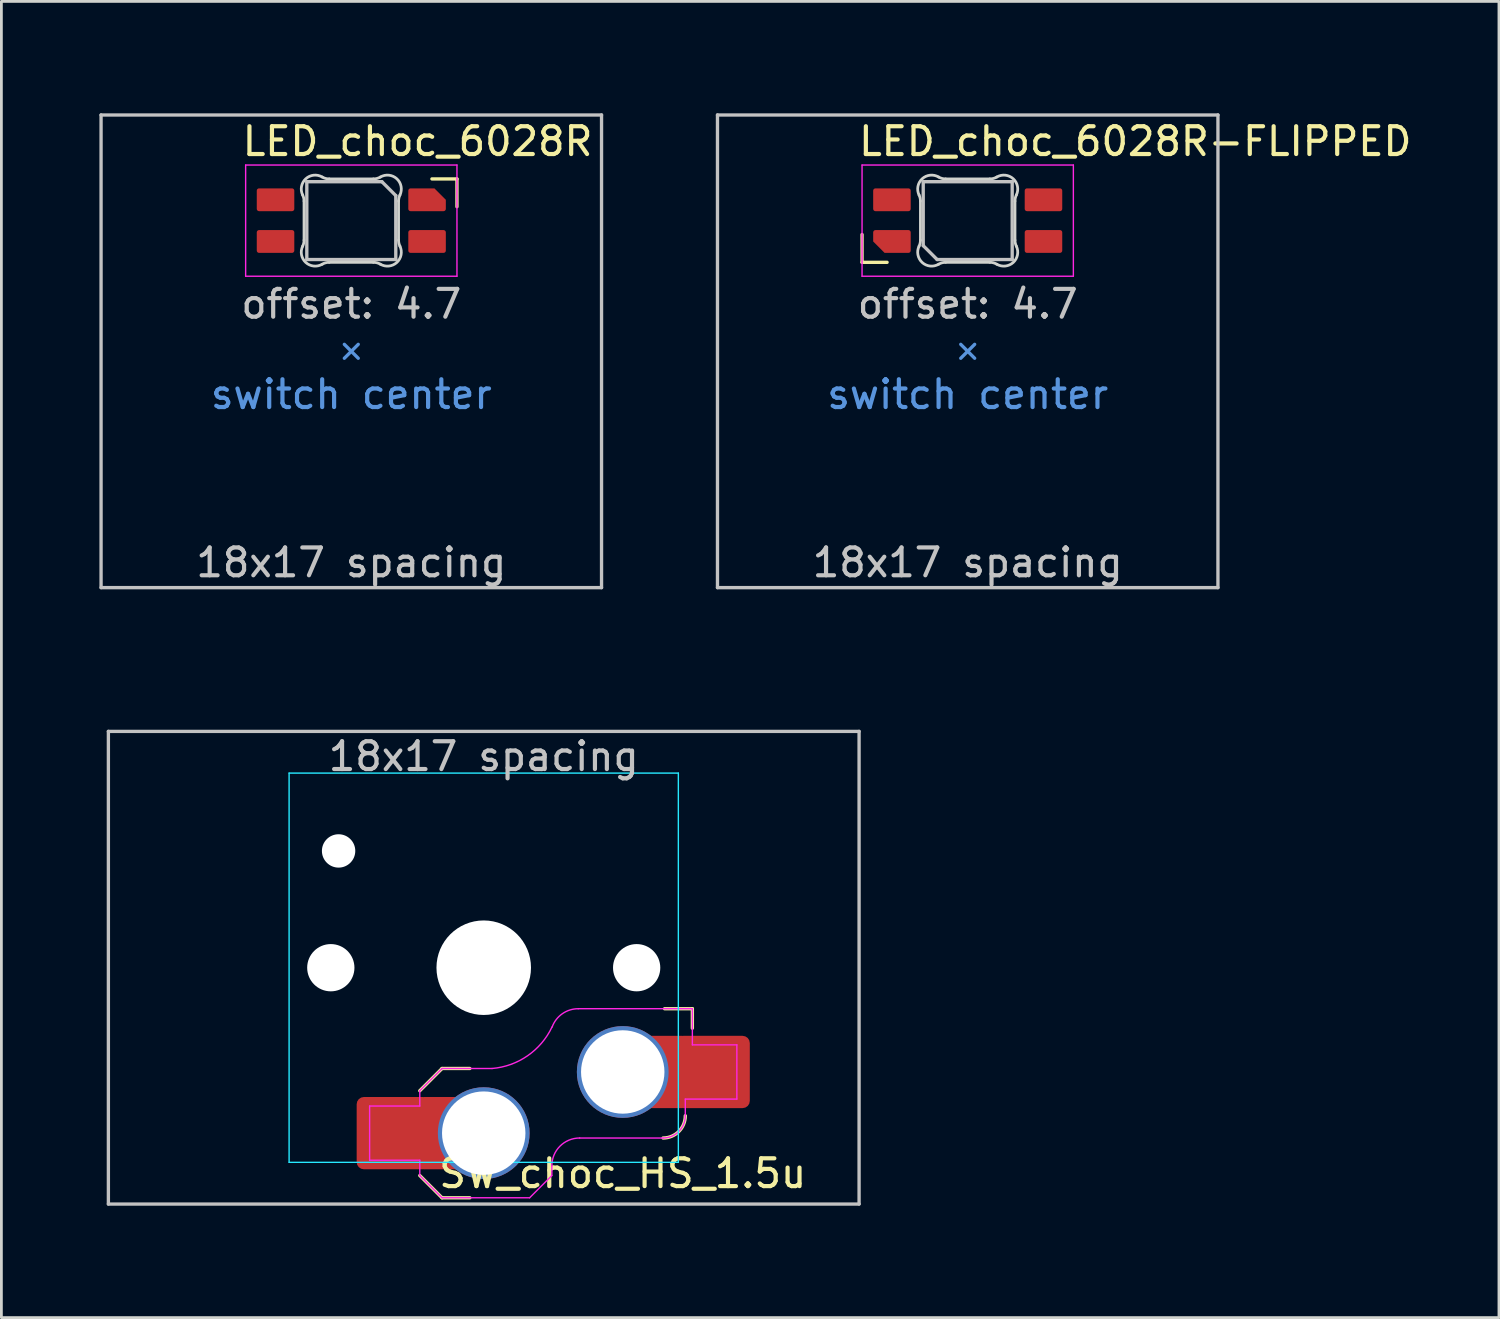
<source format=kicad_pcb>
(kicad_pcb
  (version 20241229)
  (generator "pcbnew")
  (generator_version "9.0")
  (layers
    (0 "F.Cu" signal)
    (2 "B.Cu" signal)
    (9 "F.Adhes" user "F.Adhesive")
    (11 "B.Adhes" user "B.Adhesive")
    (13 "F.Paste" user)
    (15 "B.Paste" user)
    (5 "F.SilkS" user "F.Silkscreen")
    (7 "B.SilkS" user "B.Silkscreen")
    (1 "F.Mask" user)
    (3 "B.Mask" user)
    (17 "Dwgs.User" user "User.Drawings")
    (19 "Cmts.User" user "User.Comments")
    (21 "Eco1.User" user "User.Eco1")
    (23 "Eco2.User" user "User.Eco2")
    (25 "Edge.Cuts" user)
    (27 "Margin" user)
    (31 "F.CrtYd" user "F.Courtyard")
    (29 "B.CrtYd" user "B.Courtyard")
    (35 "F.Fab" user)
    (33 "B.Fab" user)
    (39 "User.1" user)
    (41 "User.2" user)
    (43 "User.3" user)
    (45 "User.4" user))
  (footprint "LED_choc_6028R"
    (layer "F.Cu")
    (at 9.585 4.885)
    (property "Reference" "LED_choc_6028R" (at -4 -2.85 180) (layer "F.SilkS") (effects (font (size 1 1) (thickness 0.15)) (justify left)))
    (attr smd)
    (fp_line (start 3.8 -1.5) (end 2.9 -1.5) (stroke (width 0.12) (type solid)) (layer "F.SilkS"))
    (fp_line (start 3.8 -0.5) (end 3.8 -1.5) (stroke (width 0.12) (type solid)) (layer "F.SilkS"))
    (fp_line (start -9 -3.8) (end -9 13.2) (stroke (width 0.12) (type solid)) (layer "Dwgs.User"))
    (fp_line (start -9 13.2) (end 9 13.2) (stroke (width 0.12) (type solid)) (layer "Dwgs.User"))
    (fp_line (start -1.6 -1.4) (end 1.1 -1.4) (stroke (width 0.12) (type solid)) (layer "Dwgs.User"))
    (fp_line (start -1.6 1.4) (end -1.6 -1.4) (stroke (width 0.12) (type solid)) (layer "Dwgs.User"))
    (fp_line (start 1.6 -0.9) (end 1.1 -1.4) (stroke (width 0.12) (type solid)) (layer "Dwgs.User"))
    (fp_line (start 1.6 -0.9) (end 1.6 1.4) (stroke (width 0.12) (type solid)) (layer "Dwgs.User"))
    (fp_line (start 1.6 1.4) (end -1.6 1.4) (stroke (width 0.12) (type solid)) (layer "Dwgs.User"))
    (fp_line (start 9 -3.8) (end -9 -3.8) (stroke (width 0.12) (type solid)) (layer "Dwgs.User"))
    (fp_line (start 9 13.2) (end 9 -3.8) (stroke (width 0.12) (type solid)) (layer "Dwgs.User"))
    (fp_line (start -0.25 4.45) (end 0 4.7) (stroke (width 0.12) (type solid)) (layer "Cmts.User"))
    (fp_line (start 0 4.7) (end -0.25 4.95) (stroke (width 0.12) (type solid)) (layer "Cmts.User"))
    (fp_line (start 0 4.7) (end 0.25 4.95) (stroke (width 0.12) (type solid)) (layer "Cmts.User"))
    (fp_line (start 0.25 4.45) (end 0 4.7) (stroke (width 0.12) (type solid)) (layer "Cmts.User"))
    (fp_line (start -9.525 -4.825) (end 9.525 -4.825) (stroke (width 0.12) (type solid)) (layer "Eco1.User"))
    (fp_line (start -9.525 14.225) (end -9.525 -4.825) (stroke (width 0.12) (type solid)) (layer "Eco1.User"))
    (fp_line (start 9.525 -4.825) (end 9.525 14.225) (stroke (width 0.12) (type solid)) (layer "Eco1.User"))
    (fp_line (start 9.525 14.225) (end -9.525 14.225) (stroke (width 0.12) (type solid)) (layer "Eco1.User"))
    (fp_line (start -1.7 -0.703) (end -1.7 0.703) (stroke (width 0.1) (type solid)) (layer "Edge.Cuts"))
    (fp_line (start -0.794 1.5) (end 0.794 1.5) (stroke (width 0.1) (type solid)) (layer "Edge.Cuts"))
    (fp_line (start 0.794 -1.5) (end -0.794 -1.5) (stroke (width 0.1) (type solid)) (layer "Edge.Cuts"))
    (fp_line (start 1.7 0.703) (end 1.7 -0.703) (stroke (width 0.1) (type solid)) (layer "Edge.Cuts"))
    (fp_arc (start -1.749484 -0.919719) (mid -1.712527 -0.814067) (end -1.699999 -0.702842) (stroke (width 0.1) (type solid)) (layer "Edge.Cuts"))
    (fp_arc (start -1.749484 -0.919719) (mid -1.63807 -1.504033) (end -1.046711 -1.568296) (stroke (width 0.1) (type solid)) (layer "Edge.Cuts"))
    (fp_arc (start -1.699999 0.702843) (mid -1.712527 0.814069) (end -1.749484 0.919721) (stroke (width 0.1) (type solid)) (layer "Edge.Cuts"))
    (fp_arc (start -1.046711 1.5683) (mid -1.638071 1.504036) (end -1.749484 0.919721) (stroke (width 0.1) (type solid)) (layer "Edge.Cuts"))
    (fp_arc (start -1.046711 1.5683) (mid -0.925123 1.517378) (end -0.794453 1.500001) (stroke (width 0.1) (type solid)) (layer "Edge.Cuts"))
    (fp_arc (start -0.794452 -1.499999) (mid -0.925122 -1.517376) (end -1.04671 -1.568298) (stroke (width 0.1) (type solid)) (layer "Edge.Cuts"))
    (fp_arc (start 0.794453 1.5) (mid 0.925123 1.517377) (end 1.046711 1.568299) (stroke (width 0.1) (type solid)) (layer "Edge.Cuts"))
    (fp_arc (start 1.046711 -1.568298) (mid 0.925123 -1.517376) (end 0.794452 -1.499999) (stroke (width 0.1) (type solid)) (layer "Edge.Cuts"))
    (fp_arc (start 1.046711 -1.568298) (mid 1.638072 -1.504034) (end 1.749484 -0.919718) (stroke (width 0.1) (type solid)) (layer "Edge.Cuts"))
    (fp_arc (start 1.699999 -0.702841) (mid 1.712527 -0.814067) (end 1.749484 -0.919719) (stroke (width 0.1) (type solid)) (layer "Edge.Cuts"))
    (fp_arc (start 1.749484 0.919721) (mid 1.638071 1.504035) (end 1.046711 1.568299) (stroke (width 0.1) (type solid)) (layer "Edge.Cuts"))
    (fp_arc (start 1.749484 0.919721) (mid 1.712527 0.814069) (end 1.699999 0.702844) (stroke (width 0.1) (type solid)) (layer "Edge.Cuts"))
    (fp_line (start -3.8 -2) (end 3.8 -2) (stroke (width 0.05) (type solid)) (layer "F.CrtYd"))
    (fp_line (start -3.8 2) (end -3.8 -2) (stroke (width 0.05) (type solid)) (layer "F.CrtYd"))
    (fp_line (start 3.8 -2) (end 3.8 2) (stroke (width 0.05) (type solid)) (layer "F.CrtYd"))
    (fp_line (start 3.8 2) (end -3.8 2) (stroke (width 0.05) (type solid)) (layer "F.CrtYd"))
    (fp_text user "offset: 4.7" (at 0 3 180) (layer "Dwgs.User") (effects (font (size 1 1) (thickness 0.15))))
    (fp_text user "18x17 spacing" (at 0 12.3 180) (layer "Dwgs.User") (effects (font (size 1 1) (thickness 0.15))))
    (fp_text user "switch center" (at 0 6.25 180) (layer "Cmts.User") (effects (font (size 1 1) (thickness 0.15))))
    (fp_text user "19.05 spacing" (at 0 13.4 180) (layer "Eco1.User") (effects (font (size 1 1) (thickness 0.15))))
    (pad "1" smd roundrect (at -2.725 0.75 270) (size 0.82 1.35) (layers "F.Cu" "F.Mask" "F.Paste") (roundrect_rratio 0.1))
    (pad "2" smd roundrect (at -2.725 -0.75 270) (size 0.82 1.35) (layers "F.Cu" "F.Mask" "F.Paste") (roundrect_rratio 0.1))
    (pad "3" smd roundrect (at 2.725 0.75 270) (size 0.82 1.35) (layers "F.Cu" "F.Mask" "F.Paste") (roundrect_rratio 0.1))
    (pad "4" smd roundrect (at 2.725 -0.75 270) (size 0.82 1.35) (layers "F.Cu" "F.Mask" "F.Paste") (roundrect_rratio 0.1) (chamfer_ratio 0.5) (chamfer top_left)))
  (footprint "SW_choc_HS_1.5u"
    (layer "F.Cu")
    (at 14.348 31.755)
    (property "Reference" "SW_choc_HS_1.5u" (at 5 7.4 180) (layer "F.SilkS") (effects (font (size 1 1) (thickness 0.15))))
    (attr smd)
    (fp_line (start -2.3 7.475) (end -1.5 8.275) (stroke (width 0.12) (type solid)) (layer "F.SilkS"))
    (fp_line (start -1.5 3.625) (end -2.3 4.425) (stroke (width 0.12) (type solid)) (layer "F.SilkS"))
    (fp_line (start -1.5 3.625) (end -0.5 3.625) (stroke (width 0.12) (type solid)) (layer "F.SilkS"))
    (fp_line (start -1.5 8.275) (end -0.5 8.275) (stroke (width 0.12) (type solid)) (layer "F.SilkS"))
    (fp_line (start 7.504 1.475) (end 6.504 1.475) (stroke (width 0.12) (type solid)) (layer "F.SilkS"))
    (fp_line (start 7.504 1.475) (end 7.504 2.175) (stroke (width 0.12) (type solid)) (layer "F.SilkS"))
    (fp_arc (start 7.25 5.325) (mid 7.015685 5.890685) (end 6.45 6.125) (stroke (width 0.12) (type solid)) (layer "F.SilkS"))
    (fp_line (start -13.5 -8.5) (end -13.5 8.5) (stroke (width 0.12) (type solid)) (layer "Dwgs.User"))
    (fp_line (start -13.5 8.5) (end 13.5 8.5) (stroke (width 0.12) (type solid)) (layer "Dwgs.User"))
    (fp_line (start 13.5 -8.5) (end -13.5 -8.5) (stroke (width 0.12) (type solid)) (layer "Dwgs.User"))
    (fp_line (start 13.5 8.5) (end 13.5 -8.5) (stroke (width 0.12) (type solid)) (layer "Dwgs.User"))
    (fp_line (start -14.287 -9.525) (end 14.287 -9.525) (stroke (width 0.12) (type solid)) (layer "Eco1.User"))
    (fp_line (start -14.287 9.525) (end -14.287 -9.525) (stroke (width 0.12) (type solid)) (layer "Eco1.User"))
    (fp_line (start 14.287 -9.525) (end 14.287 9.525) (stroke (width 0.12) (type solid)) (layer "Eco1.User"))
    (fp_line (start 14.287 9.525) (end -14.287 9.525) (stroke (width 0.12) (type solid)) (layer "Eco1.User"))
    (fp_line (start -6.95 -6.45) (end -6.95 6.45) (stroke (width 0.05) (type solid)) (layer "Eco2.User"))
    (fp_line (start -6.45 6.95) (end 6.45 6.95) (stroke (width 0.05) (type solid)) (layer "Eco2.User"))
    (fp_line (start 6.45 -6.95) (end -6.45 -6.95) (stroke (width 0.05) (type solid)) (layer "Eco2.User"))
    (fp_line (start 6.95 6.45) (end 6.95 -6.45) (stroke (width 0.05) (type solid)) (layer "Eco2.User"))
    (fp_arc (start -6.95 -6.45) (mid -6.803553 -6.803553) (end -6.45 -6.95) (stroke (width 0.05) (type solid)) (layer "Eco2.User"))
    (fp_arc (start -6.45 6.95) (mid -6.803553 6.803553) (end -6.95 6.45) (stroke (width 0.05) (type solid)) (layer "Eco2.User"))
    (fp_arc (start 6.45 -6.95) (mid 6.803553 -6.803553) (end 6.95 -6.45) (stroke (width 0.05) (type solid)) (layer "Eco2.User"))
    (fp_arc (start 6.95 6.45) (mid 6.803553 6.803553) (end 6.45 6.95) (stroke (width 0.05) (type solid)) (layer "Eco2.User"))
    (fp_line (start -7 -7) (end -7 7) (stroke (width 0.05) (type solid)) (layer "B.CrtYd"))
    (fp_line (start -7 7) (end 7 7) (stroke (width 0.05) (type solid)) (layer "B.CrtYd"))
    (fp_line (start 7 -7) (end -7 -7) (stroke (width 0.05) (type solid)) (layer "B.CrtYd"))
    (fp_line (start 7 7) (end 7 -7) (stroke (width 0.05) (type solid)) (layer "B.CrtYd"))
    (fp_line (start -4.104 4.975) (end -4.104 6.925) (stroke (width 0.05) (type solid)) (layer "F.CrtYd"))
    (fp_line (start -4.104 4.975) (end -2.3 4.975) (stroke (width 0.05) (type solid)) (layer "F.CrtYd"))
    (fp_line (start -4.104 6.925) (end -2.3 6.925) (stroke (width 0.05) (type solid)) (layer "F.CrtYd"))
    (fp_line (start -2.3 4.975) (end -2.3 4.425) (stroke (width 0.05) (type solid)) (layer "F.CrtYd"))
    (fp_line (start -2.3 7.475) (end -2.3 6.925) (stroke (width 0.05) (type solid)) (layer "F.CrtYd"))
    (fp_line (start -2.3 7.475) (end -1.5 8.275) (stroke (width 0.05) (type solid)) (layer "F.CrtYd"))
    (fp_line (start -1.5 3.625) (end -2.3 4.425) (stroke (width 0.05) (type solid)) (layer "F.CrtYd"))
    (fp_line (start -1.5 3.625) (end 0.3 3.625) (stroke (width 0.05) (type solid)) (layer "F.CrtYd"))
    (fp_line (start -1.5 8.275) (end 1.65 8.275) (stroke (width 0.05) (type solid)) (layer "F.CrtYd"))
    (fp_line (start 2.45 7.475) (end 1.65 8.275) (stroke (width 0.05) (type solid)) (layer "F.CrtYd"))
    (fp_line (start 2.45 7.475) (end 2.45 7.125) (stroke (width 0.05) (type solid)) (layer "F.CrtYd"))
    (fp_line (start 3.45 6.125) (end 6.45 6.125) (stroke (width 0.05) (type solid)) (layer "F.CrtYd"))
    (fp_line (start 7.25 4.725) (end 9.104 4.725) (stroke (width 0.05) (type solid)) (layer "F.CrtYd"))
    (fp_line (start 7.25 5.325) (end 7.25 4.725) (stroke (width 0.05) (type solid)) (layer "F.CrtYd"))
    (fp_line (start 7.504 1.475) (end 3.4 1.475) (stroke (width 0.05) (type solid)) (layer "F.CrtYd"))
    (fp_line (start 7.504 1.475) (end 7.504 2.175) (stroke (width 0.05) (type solid)) (layer "F.CrtYd"))
    (fp_line (start 7.504 2.175) (end 7.504 2.775) (stroke (width 0.05) (type solid)) (layer "F.CrtYd"))
    (fp_line (start 9.104 2.775) (end 7.504 2.775) (stroke (width 0.05) (type solid)) (layer "F.CrtYd"))
    (fp_line (start 9.104 4.725) (end 9.104 2.775) (stroke (width 0.05) (type solid)) (layer "F.CrtYd"))
    (fp_arc (start 2.45 7.125) (mid 2.742893 6.417893) (end 3.45 6.125) (stroke (width 0.05) (type solid)) (layer "F.CrtYd"))
    (fp_arc (start 2.455444 2.13293) (mid 1.577272 3.167235) (end 0.299999 3.624999) (stroke (width 0.05) (type solid)) (layer "F.CrtYd"))
    (fp_arc (start 2.460307 2.13298) (mid 2.826423 1.655848) (end 3.4 1.475) (stroke (width 0.05) (type solid)) (layer "F.CrtYd"))
    (fp_arc (start 7.25 5.325) (mid 7.015685 5.890685) (end 6.45 6.125) (stroke (width 0.05) (type solid)) (layer "F.CrtYd"))
    (fp_text user "18x17 spacing" (at 0 -7.6 180) (layer "Dwgs.User") (effects (font (size 1 1) (thickness 0.15))))
    (fp_text user "19.05 spacing" (at 0 -8.7 180) (layer "Eco1.User") (effects (font (size 1 1) (thickness 0.15))))
    (pad "" np_thru_hole circle (at -5.5 0 180) (size 1.7 1.7) (drill 1.7) (layers "*.Cu" "*.Mask"))
    (pad "" np_thru_hole circle (at -5.22 -4.2 180) (size 1.2 1.2) (drill 1.2) (layers "*.Cu" "*.Mask"))
    (pad "" np_thru_hole circle (at 0 0 180) (size 3.4 3.4) (drill 3.4) (layers "*.Cu" "*.Mask"))
    (pad "" np_thru_hole circle (at 5.5 0 180) (size 1.7 1.7) (drill 1.7) (layers "*.Cu" "*.Mask"))
    (pad "1" thru_hole circle (at 5 3.75) (size 3.3 3.3) (drill 3) (layers "*.Cu" "F.Mask"))
    (pad "1" smd rect (at 6.55 3.75) (size 1.2 2.6) (layers "F.Cu"))
    (pad "1" smd roundrect (at 8.245 3.75) (size 2.65 2.6) (layers "F.Cu" "F.Mask" "F.Paste") (roundrect_rratio 0.1))
    (pad "2" smd roundrect (at -3.245 5.95) (size 2.65 2.6) (layers "F.Cu" "F.Mask" "F.Paste") (roundrect_rratio 0.1))
    (pad "2" smd rect (at -1.55 5.95 180) (size 1.2 2.6) (layers "F.Cu"))
    (pad "2" thru_hole circle (at 0 5.95) (size 3.3 3.3) (drill 3) (layers "*.Cu" "F.Mask")))
  (footprint "LED_choc_6028R-FLIPPED"
    (layer "F.Cu")
    (at 31.755 4.885)
    (property "Reference" "LED_choc_6028R-FLIPPED" (at -4 -2.85 180) (layer "F.SilkS") (effects (font (size 1 1) (thickness 0.15)) (justify left)))
    (attr smd)
    (fp_line (start -3.8 0.5) (end -3.8 1.5) (stroke (width 0.12) (type solid)) (layer "F.SilkS"))
    (fp_line (start -3.8 1.5) (end -2.9 1.5) (stroke (width 0.12) (type solid)) (layer "F.SilkS"))
    (fp_line (start -9 -3.8) (end -9 13.2) (stroke (width 0.12) (type solid)) (layer "Dwgs.User"))
    (fp_line (start -9 13.2) (end 9 13.2) (stroke (width 0.12) (type solid)) (layer "Dwgs.User"))
    (fp_line (start -1.6 -1.4) (end 1.6 -1.4) (stroke (width 0.12) (type solid)) (layer "Dwgs.User"))
    (fp_line (start -1.6 0.9) (end -1.6 -1.4) (stroke (width 0.12) (type solid)) (layer "Dwgs.User"))
    (fp_line (start -1.6 0.9) (end -1.1 1.4) (stroke (width 0.12) (type solid)) (layer "Dwgs.User"))
    (fp_line (start 1.6 -1.4) (end 1.6 1.4) (stroke (width 0.12) (type solid)) (layer "Dwgs.User"))
    (fp_line (start 1.6 1.4) (end -1.1 1.4) (stroke (width 0.12) (type solid)) (layer "Dwgs.User"))
    (fp_line (start 9 -3.8) (end -9 -3.8) (stroke (width 0.12) (type solid)) (layer "Dwgs.User"))
    (fp_line (start 9 13.2) (end 9 -3.8) (stroke (width 0.12) (type solid)) (layer "Dwgs.User"))
    (fp_line (start -0.25 4.45) (end 0 4.7) (stroke (width 0.12) (type solid)) (layer "Cmts.User"))
    (fp_line (start 0 4.7) (end -0.25 4.95) (stroke (width 0.12) (type solid)) (layer "Cmts.User"))
    (fp_line (start 0 4.7) (end 0.25 4.95) (stroke (width 0.12) (type solid)) (layer "Cmts.User"))
    (fp_line (start 0.25 4.45) (end 0 4.7) (stroke (width 0.12) (type solid)) (layer "Cmts.User"))
    (fp_line (start -9.525 -4.825) (end 9.525 -4.825) (stroke (width 0.12) (type solid)) (layer "Eco1.User"))
    (fp_line (start -9.525 14.225) (end -9.525 -4.825) (stroke (width 0.12) (type solid)) (layer "Eco1.User"))
    (fp_line (start 9.525 -4.825) (end 9.525 14.225) (stroke (width 0.12) (type solid)) (layer "Eco1.User"))
    (fp_line (start 9.525 14.225) (end -9.525 14.225) (stroke (width 0.12) (type solid)) (layer "Eco1.User"))
    (fp_line (start -1.7 -0.703) (end -1.7 0.703) (stroke (width 0.1) (type solid)) (layer "Edge.Cuts"))
    (fp_line (start -0.794 1.5) (end 0.794 1.5) (stroke (width 0.1) (type solid)) (layer "Edge.Cuts"))
    (fp_line (start 0.794 -1.5) (end -0.794 -1.5) (stroke (width 0.1) (type solid)) (layer "Edge.Cuts"))
    (fp_line (start 1.7 0.703) (end 1.7 -0.703) (stroke (width 0.1) (type solid)) (layer "Edge.Cuts"))
    (fp_arc (start -1.749484 -0.919721) (mid -1.712527 -0.814069) (end -1.699999 -0.702844) (stroke (width 0.1) (type solid)) (layer "Edge.Cuts"))
    (fp_arc (start -1.749484 -0.919721) (mid -1.63807 -1.504035) (end -1.046711 -1.568299) (stroke (width 0.1) (type solid)) (layer "Edge.Cuts"))
    (fp_arc (start -1.699999 0.702841) (mid -1.712527 0.814067) (end -1.749484 0.919719) (stroke (width 0.1) (type solid)) (layer "Edge.Cuts"))
    (fp_arc (start -1.046711 1.568298) (mid -1.638072 1.504034) (end -1.749484 0.919718) (stroke (width 0.1) (type solid)) (layer "Edge.Cuts"))
    (fp_arc (start -1.046711 1.568298) (mid -0.925123 1.517376) (end -0.794452 1.499999) (stroke (width 0.1) (type solid)) (layer "Edge.Cuts"))
    (fp_arc (start -0.794453 -1.5) (mid -0.925123 -1.517377) (end -1.046711 -1.568299) (stroke (width 0.1) (type solid)) (layer "Edge.Cuts"))
    (fp_arc (start 0.794452 1.499999) (mid 0.925122 1.517376) (end 1.04671 1.568298) (stroke (width 0.1) (type solid)) (layer "Edge.Cuts"))
    (fp_arc (start 1.046711 -1.5683) (mid 0.925123 -1.517378) (end 0.794453 -1.500001) (stroke (width 0.1) (type solid)) (layer "Edge.Cuts"))
    (fp_arc (start 1.046711 -1.5683) (mid 1.638071 -1.504036) (end 1.749484 -0.919721) (stroke (width 0.1) (type solid)) (layer "Edge.Cuts"))
    (fp_arc (start 1.699999 -0.702843) (mid 1.712527 -0.814069) (end 1.749484 -0.919721) (stroke (width 0.1) (type solid)) (layer "Edge.Cuts"))
    (fp_arc (start 1.749484 0.919719) (mid 1.63807 1.504033) (end 1.046711 1.568296) (stroke (width 0.1) (type solid)) (layer "Edge.Cuts"))
    (fp_arc (start 1.749484 0.919719) (mid 1.712527 0.814067) (end 1.699999 0.702842) (stroke (width 0.1) (type solid)) (layer "Edge.Cuts"))
    (fp_line (start -3.8 -2) (end 3.8 -2) (stroke (width 0.05) (type solid)) (layer "F.CrtYd"))
    (fp_line (start -3.8 2) (end -3.8 -2) (stroke (width 0.05) (type solid)) (layer "F.CrtYd"))
    (fp_line (start 3.8 -2) (end 3.8 2) (stroke (width 0.05) (type solid)) (layer "F.CrtYd"))
    (fp_line (start 3.8 2) (end -3.8 2) (stroke (width 0.05) (type solid)) (layer "F.CrtYd"))
    (fp_text user "offset: 4.7" (at 0 3 180) (layer "Dwgs.User") (effects (font (size 1 1) (thickness 0.15))))
    (fp_text user "18x17 spacing" (at 0 12.3 180) (layer "Dwgs.User") (effects (font (size 1 1) (thickness 0.15))))
    (fp_text user "switch center" (at 0 6.25 180) (layer "Cmts.User") (effects (font (size 1 1) (thickness 0.15))))
    (fp_text user "19.05 spacing" (at 0 13.4 180) (layer "Eco1.User") (effects (font (size 1 1) (thickness 0.15))))
    (pad "1" smd roundrect (at 2.725 -0.75 90) (size 0.82 1.35) (layers "F.Cu" "F.Mask" "F.Paste") (roundrect_rratio 0.1))
    (pad "2" smd roundrect (at 2.725 0.75 90) (size 0.82 1.35) (layers "F.Cu" "F.Mask" "F.Paste") (roundrect_rratio 0.1))
    (pad "3" smd roundrect (at -2.725 -0.75 90) (size 0.82 1.35) (layers "F.Cu" "F.Mask" "F.Paste") (roundrect_rratio 0.1))
    (pad "4" smd roundrect (at -2.725 0.75 90) (size 0.82 1.35) (layers "F.Cu" "F.Mask" "F.Paste") (roundrect_rratio 0.1) (chamfer_ratio 0.5) (chamfer top_left)))
  (gr_rect
    (start -3 -3)
    (end 50.862 44.34)
    (stroke (width 0.1) (type default))
    (fill no)
    (layer "Edge.Cuts")))
</source>
